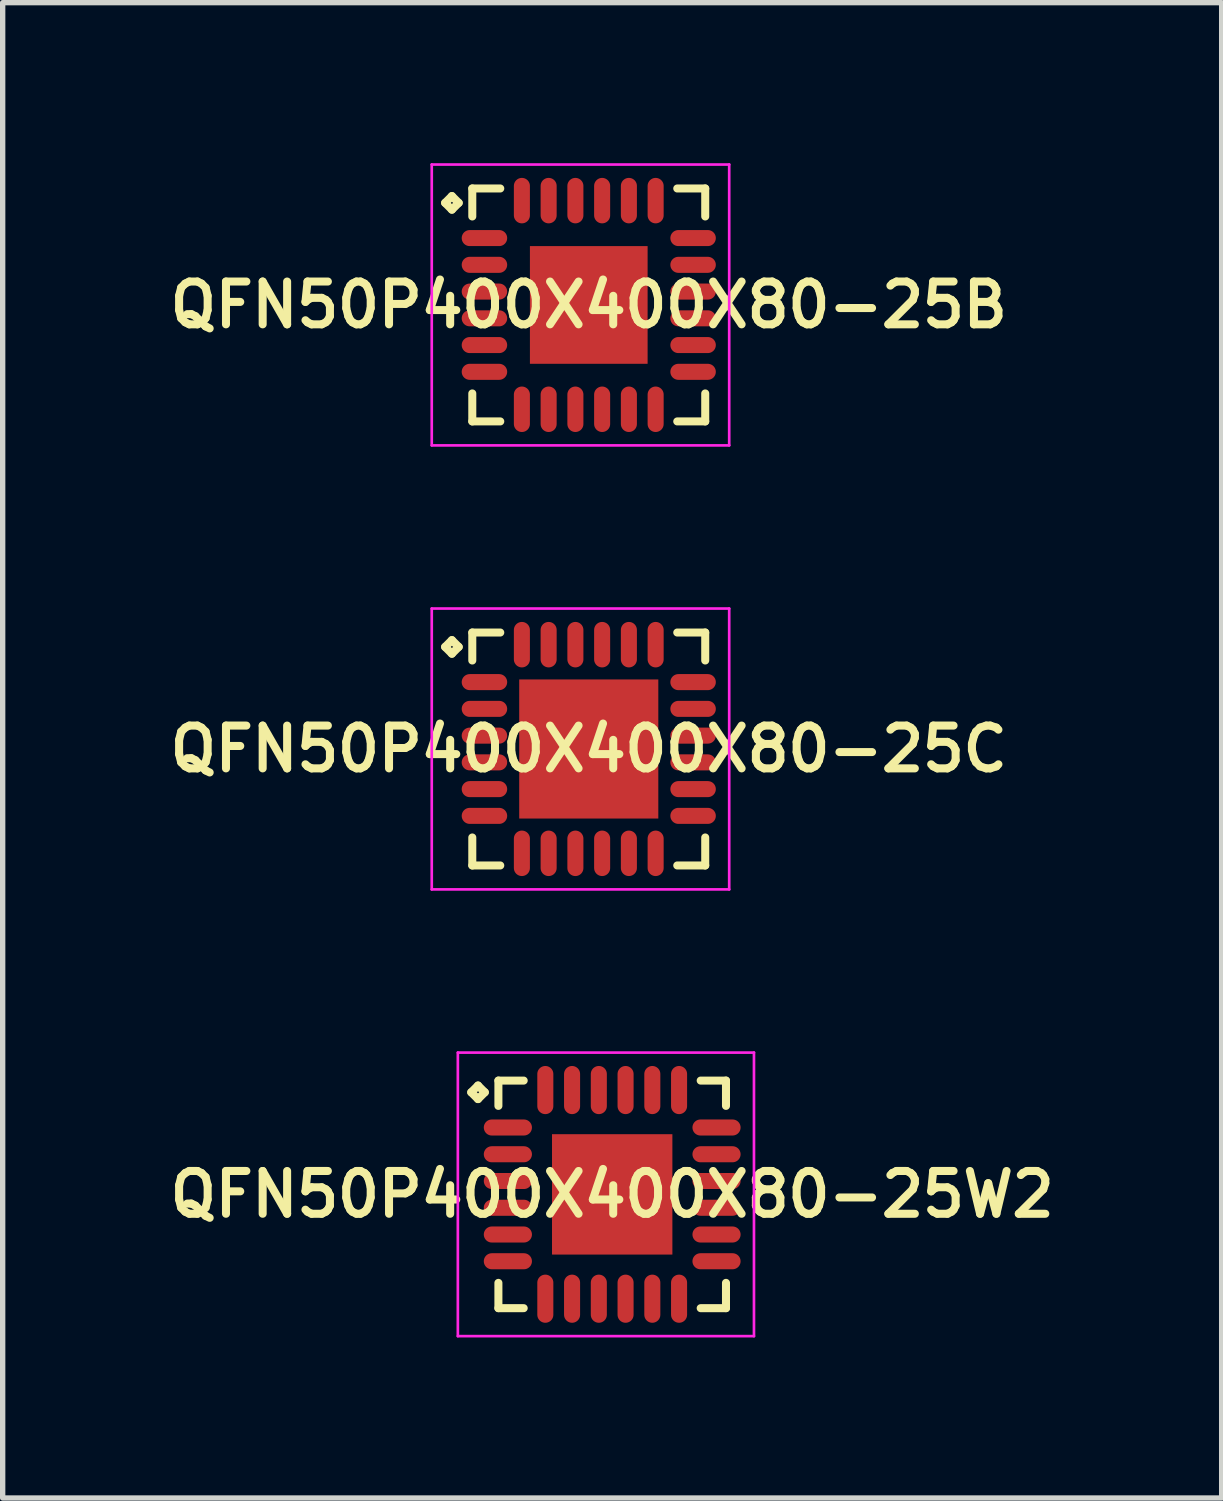
<source format=kicad_pcb>
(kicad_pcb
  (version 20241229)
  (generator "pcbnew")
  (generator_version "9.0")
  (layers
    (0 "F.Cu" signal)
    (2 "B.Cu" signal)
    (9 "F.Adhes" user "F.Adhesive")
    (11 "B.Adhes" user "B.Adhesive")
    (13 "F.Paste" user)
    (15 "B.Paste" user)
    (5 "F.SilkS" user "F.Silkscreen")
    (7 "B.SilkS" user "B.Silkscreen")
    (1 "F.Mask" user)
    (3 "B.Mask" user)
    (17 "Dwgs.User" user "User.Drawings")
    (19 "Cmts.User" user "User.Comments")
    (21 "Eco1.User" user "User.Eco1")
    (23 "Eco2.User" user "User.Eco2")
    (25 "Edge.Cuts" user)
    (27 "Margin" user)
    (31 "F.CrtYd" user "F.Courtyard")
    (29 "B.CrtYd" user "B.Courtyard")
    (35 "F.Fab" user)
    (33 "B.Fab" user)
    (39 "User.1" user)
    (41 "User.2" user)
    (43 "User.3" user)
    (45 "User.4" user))
  (footprint "QFN50P400X400X80-25B"
    (layer "F.Cu")
    (at 7.955 2.65)
    (property "Reference" "QFN50P400X400X80-25B" (at 0 0 0) (layer "F.SilkS") (effects (font (size 0.8 0.8) (thickness 0.15))))
    (attr smd)
    (fp_line (start -2.685 -1.908) (end -2.558 -2.035) (stroke (width 0.15) (type solid)) (layer "F.SilkS"))
    (fp_line (start -2.558 -2.035) (end -2.431 -1.908) (stroke (width 0.15) (type solid)) (layer "F.SilkS"))
    (fp_line (start -2.558 -1.781) (end -2.685 -1.908) (stroke (width 0.15) (type solid)) (layer "F.SilkS"))
    (fp_line (start -2.431 -1.908) (end -2.558 -1.781) (stroke (width 0.15) (type solid)) (layer "F.SilkS"))
    (fp_line (start -2.177 -2.177) (end -1.654 -2.177) (stroke (width 0.15) (type solid)) (layer "F.SilkS"))
    (fp_line (start -2.177 -1.654) (end -2.177 -2.177) (stroke (width 0.15) (type solid)) (layer "F.SilkS"))
    (fp_line (start -2.177 1.654) (end -2.177 2.177) (stroke (width 0.15) (type solid)) (layer "F.SilkS"))
    (fp_line (start -2.177 2.177) (end -1.654 2.177) (stroke (width 0.15) (type solid)) (layer "F.SilkS"))
    (fp_line (start 1.654 -2.177) (end 2.177 -2.177) (stroke (width 0.15) (type solid)) (layer "F.SilkS"))
    (fp_line (start 1.654 2.177) (end 2.177 2.177) (stroke (width 0.15) (type solid)) (layer "F.SilkS"))
    (fp_line (start 2.177 -2.177) (end 2.177 -1.654) (stroke (width 0.15) (type solid)) (layer "F.SilkS"))
    (fp_line (start 2.177 2.177) (end 2.177 1.654) (stroke (width 0.15) (type solid)) (layer "F.SilkS"))
    (fp_line (start -2.935 -2.625) (end 2.625 -2.625) (stroke (width 0.05) (type solid)) (layer "F.CrtYd"))
    (fp_line (start -2.935 2.625) (end -2.935 -2.625) (stroke (width 0.05) (type solid)) (layer "F.CrtYd"))
    (fp_line (start 2.625 -2.625) (end 2.625 2.625) (stroke (width 0.05) (type solid)) (layer "F.CrtYd"))
    (fp_line (start 2.625 2.625) (end -2.935 2.625) (stroke (width 0.05) (type solid)) (layer "F.CrtYd"))
    (pad "1" smd oval (at -1.95 -1.25) (size 0.85 0.3) (layers "F.Cu" "F.Mask" "F.Paste"))
    (pad "2" smd oval (at -1.95 -0.75) (size 0.85 0.3) (layers "F.Cu" "F.Mask" "F.Paste"))
    (pad "3" smd oval (at -1.95 -0.25) (size 0.85 0.3) (layers "F.Cu" "F.Mask" "F.Paste"))
    (pad "4" smd oval (at -1.95 0.25) (size 0.85 0.3) (layers "F.Cu" "F.Mask" "F.Paste"))
    (pad "5" smd oval (at -1.95 0.75) (size 0.85 0.3) (layers "F.Cu" "F.Mask" "F.Paste"))
    (pad "6" smd oval (at -1.95 1.25) (size 0.85 0.3) (layers "F.Cu" "F.Mask" "F.Paste"))
    (pad "7" smd oval (at -1.25 1.95) (size 0.3 0.85) (layers "F.Cu" "F.Mask" "F.Paste"))
    (pad "8" smd oval (at -0.75 1.95) (size 0.3 0.85) (layers "F.Cu" "F.Mask" "F.Paste"))
    (pad "9" smd oval (at -0.25 1.95) (size 0.3 0.85) (layers "F.Cu" "F.Mask" "F.Paste"))
    (pad "10" smd oval (at 0.25 1.95) (size 0.3 0.85) (layers "F.Cu" "F.Mask" "F.Paste"))
    (pad "11" smd oval (at 0.75 1.95) (size 0.3 0.85) (layers "F.Cu" "F.Mask" "F.Paste"))
    (pad "12" smd oval (at 1.25 1.95) (size 0.3 0.85) (layers "F.Cu" "F.Mask" "F.Paste"))
    (pad "13" smd oval (at 1.95 1.25) (size 0.85 0.3) (layers "F.Cu" "F.Mask" "F.Paste"))
    (pad "14" smd oval (at 1.95 0.75) (size 0.85 0.3) (layers "F.Cu" "F.Mask" "F.Paste"))
    (pad "15" smd oval (at 1.95 0.25) (size 0.85 0.3) (layers "F.Cu" "F.Mask" "F.Paste"))
    (pad "16" smd oval (at 1.95 -0.25) (size 0.85 0.3) (layers "F.Cu" "F.Mask" "F.Paste"))
    (pad "17" smd oval (at 1.95 -0.75) (size 0.85 0.3) (layers "F.Cu" "F.Mask" "F.Paste"))
    (pad "18" smd oval (at 1.95 -1.25) (size 0.85 0.3) (layers "F.Cu" "F.Mask" "F.Paste"))
    (pad "19" smd oval (at 1.25 -1.95) (size 0.3 0.85) (layers "F.Cu" "F.Mask" "F.Paste"))
    (pad "20" smd oval (at 0.75 -1.95) (size 0.3 0.85) (layers "F.Cu" "F.Mask" "F.Paste"))
    (pad "21" smd oval (at 0.25 -1.95) (size 0.3 0.85) (layers "F.Cu" "F.Mask" "F.Paste"))
    (pad "22" smd oval (at -0.25 -1.95) (size 0.3 0.85) (layers "F.Cu" "F.Mask" "F.Paste"))
    (pad "23" smd oval (at -0.75 -1.95) (size 0.3 0.85) (layers "F.Cu" "F.Mask" "F.Paste"))
    (pad "24" smd oval (at -1.25 -1.95) (size 0.3 0.85) (layers "F.Cu" "F.Mask" "F.Paste"))
    (pad "25" smd rect (at 0 0) (size 2.2 2.2) (layers "F.Cu" "F.Mask" "F.Paste")))
  (footprint "QFN50P400X400X80-25C"
    (layer "F.Cu")
    (at 7.955 10.95)
    (property "Reference" "QFN50P400X400X80-25C" (at 0 0 0) (layer "F.SilkS") (effects (font (size 0.8 0.8) (thickness 0.15))))
    (attr smd)
    (fp_line (start -2.685 -1.908) (end -2.558 -2.035) (stroke (width 0.15) (type solid)) (layer "F.SilkS"))
    (fp_line (start -2.558 -2.035) (end -2.431 -1.908) (stroke (width 0.15) (type solid)) (layer "F.SilkS"))
    (fp_line (start -2.558 -1.781) (end -2.685 -1.908) (stroke (width 0.15) (type solid)) (layer "F.SilkS"))
    (fp_line (start -2.431 -1.908) (end -2.558 -1.781) (stroke (width 0.15) (type solid)) (layer "F.SilkS"))
    (fp_line (start -2.177 -2.177) (end -1.654 -2.177) (stroke (width 0.15) (type solid)) (layer "F.SilkS"))
    (fp_line (start -2.177 -1.654) (end -2.177 -2.177) (stroke (width 0.15) (type solid)) (layer "F.SilkS"))
    (fp_line (start -2.177 1.654) (end -2.177 2.177) (stroke (width 0.15) (type solid)) (layer "F.SilkS"))
    (fp_line (start -2.177 2.177) (end -1.654 2.177) (stroke (width 0.15) (type solid)) (layer "F.SilkS"))
    (fp_line (start 1.654 -2.177) (end 2.177 -2.177) (stroke (width 0.15) (type solid)) (layer "F.SilkS"))
    (fp_line (start 1.654 2.177) (end 2.177 2.177) (stroke (width 0.15) (type solid)) (layer "F.SilkS"))
    (fp_line (start 2.177 -2.177) (end 2.177 -1.654) (stroke (width 0.15) (type solid)) (layer "F.SilkS"))
    (fp_line (start 2.177 2.177) (end 2.177 1.654) (stroke (width 0.15) (type solid)) (layer "F.SilkS"))
    (fp_line (start -2.935 -2.625) (end 2.625 -2.625) (stroke (width 0.05) (type solid)) (layer "F.CrtYd"))
    (fp_line (start -2.935 2.625) (end -2.935 -2.625) (stroke (width 0.05) (type solid)) (layer "F.CrtYd"))
    (fp_line (start 2.625 -2.625) (end 2.625 2.625) (stroke (width 0.05) (type solid)) (layer "F.CrtYd"))
    (fp_line (start 2.625 2.625) (end -2.935 2.625) (stroke (width 0.05) (type solid)) (layer "F.CrtYd"))
    (pad "1" smd oval (at -1.95 -1.25) (size 0.85 0.3) (layers "F.Cu" "F.Mask" "F.Paste"))
    (pad "2" smd oval (at -1.95 -0.75) (size 0.85 0.3) (layers "F.Cu" "F.Mask" "F.Paste"))
    (pad "3" smd oval (at -1.95 -0.25) (size 0.85 0.3) (layers "F.Cu" "F.Mask" "F.Paste"))
    (pad "4" smd oval (at -1.95 0.25) (size 0.85 0.3) (layers "F.Cu" "F.Mask" "F.Paste"))
    (pad "5" smd oval (at -1.95 0.75) (size 0.85 0.3) (layers "F.Cu" "F.Mask" "F.Paste"))
    (pad "6" smd oval (at -1.95 1.25) (size 0.85 0.3) (layers "F.Cu" "F.Mask" "F.Paste"))
    (pad "7" smd oval (at -1.25 1.95) (size 0.3 0.85) (layers "F.Cu" "F.Mask" "F.Paste"))
    (pad "8" smd oval (at -0.75 1.95) (size 0.3 0.85) (layers "F.Cu" "F.Mask" "F.Paste"))
    (pad "9" smd oval (at -0.25 1.95) (size 0.3 0.85) (layers "F.Cu" "F.Mask" "F.Paste"))
    (pad "10" smd oval (at 0.25 1.95) (size 0.3 0.85) (layers "F.Cu" "F.Mask" "F.Paste"))
    (pad "11" smd oval (at 0.75 1.95) (size 0.3 0.85) (layers "F.Cu" "F.Mask" "F.Paste"))
    (pad "12" smd oval (at 1.25 1.95) (size 0.3 0.85) (layers "F.Cu" "F.Mask" "F.Paste"))
    (pad "13" smd oval (at 1.95 1.25) (size 0.85 0.3) (layers "F.Cu" "F.Mask" "F.Paste"))
    (pad "14" smd oval (at 1.95 0.75) (size 0.85 0.3) (layers "F.Cu" "F.Mask" "F.Paste"))
    (pad "15" smd oval (at 1.95 0.25) (size 0.85 0.3) (layers "F.Cu" "F.Mask" "F.Paste"))
    (pad "16" smd oval (at 1.95 -0.25) (size 0.85 0.3) (layers "F.Cu" "F.Mask" "F.Paste"))
    (pad "17" smd oval (at 1.95 -0.75) (size 0.85 0.3) (layers "F.Cu" "F.Mask" "F.Paste"))
    (pad "18" smd oval (at 1.95 -1.25) (size 0.85 0.3) (layers "F.Cu" "F.Mask" "F.Paste"))
    (pad "19" smd oval (at 1.25 -1.95) (size 0.3 0.85) (layers "F.Cu" "F.Mask" "F.Paste"))
    (pad "20" smd oval (at 0.75 -1.95) (size 0.3 0.85) (layers "F.Cu" "F.Mask" "F.Paste"))
    (pad "21" smd oval (at 0.25 -1.95) (size 0.3 0.85) (layers "F.Cu" "F.Mask" "F.Paste"))
    (pad "22" smd oval (at -0.25 -1.95) (size 0.3 0.85) (layers "F.Cu" "F.Mask" "F.Paste"))
    (pad "23" smd oval (at -0.75 -1.95) (size 0.3 0.85) (layers "F.Cu" "F.Mask" "F.Paste"))
    (pad "24" smd oval (at -1.25 -1.95) (size 0.3 0.85) (layers "F.Cu" "F.Mask" "F.Paste"))
    (pad "25" smd rect (at 0 0) (size 2.6 2.6) (layers "F.Cu" "F.Mask" "F.Paste")))
  (footprint "QFN50P400X400X80-25W2"
    (layer "F.Cu")
    (at 8.393 19.275)
    (property "Reference" "QFN50P400X400X80-25W2" (at 0 0 0) (layer "F.SilkS") (effects (font (size 0.8 0.8) (thickness 0.15))))
    (attr smd)
    (fp_line (start -2.635 -1.908) (end -2.508 -2.035) (stroke (width 0.15) (type solid)) (layer "F.SilkS"))
    (fp_line (start -2.508 -2.035) (end -2.381 -1.908) (stroke (width 0.15) (type solid)) (layer "F.SilkS"))
    (fp_line (start -2.508 -1.781) (end -2.635 -1.908) (stroke (width 0.15) (type solid)) (layer "F.SilkS"))
    (fp_line (start -2.381 -1.908) (end -2.508 -1.781) (stroke (width 0.15) (type solid)) (layer "F.SilkS"))
    (fp_line (start -2.127 -2.127) (end -1.654 -2.127) (stroke (width 0.15) (type solid)) (layer "F.SilkS"))
    (fp_line (start -2.127 -1.654) (end -2.127 -2.127) (stroke (width 0.15) (type solid)) (layer "F.SilkS"))
    (fp_line (start -2.127 1.654) (end -2.127 2.127) (stroke (width 0.15) (type solid)) (layer "F.SilkS"))
    (fp_line (start -2.127 2.127) (end -1.654 2.127) (stroke (width 0.15) (type solid)) (layer "F.SilkS"))
    (fp_line (start 1.654 -2.127) (end 2.127 -2.127) (stroke (width 0.15) (type solid)) (layer "F.SilkS"))
    (fp_line (start 1.654 2.127) (end 2.127 2.127) (stroke (width 0.15) (type solid)) (layer "F.SilkS"))
    (fp_line (start 2.127 -2.127) (end 2.127 -1.654) (stroke (width 0.15) (type solid)) (layer "F.SilkS"))
    (fp_line (start 2.127 2.127) (end 2.127 1.654) (stroke (width 0.15) (type solid)) (layer "F.SilkS"))
    (fp_line (start -2.885 -2.65) (end 2.65 -2.65) (stroke (width 0.05) (type solid)) (layer "F.CrtYd"))
    (fp_line (start -2.885 2.65) (end -2.885 -2.65) (stroke (width 0.05) (type solid)) (layer "F.CrtYd"))
    (fp_line (start 2.65 -2.65) (end 2.65 2.65) (stroke (width 0.05) (type solid)) (layer "F.CrtYd"))
    (fp_line (start 2.65 2.65) (end -2.885 2.65) (stroke (width 0.05) (type solid)) (layer "F.CrtYd"))
    (pad "1" smd oval (at -1.95 -1.25) (size 0.9 0.3) (layers "F.Cu" "F.Mask" "F.Paste"))
    (pad "2" smd oval (at -1.95 -0.75) (size 0.9 0.3) (layers "F.Cu" "F.Mask" "F.Paste"))
    (pad "3" smd oval (at -1.95 -0.25) (size 0.9 0.3) (layers "F.Cu" "F.Mask" "F.Paste"))
    (pad "4" smd oval (at -1.95 0.25) (size 0.9 0.3) (layers "F.Cu" "F.Mask" "F.Paste"))
    (pad "5" smd oval (at -1.95 0.75) (size 0.9 0.3) (layers "F.Cu" "F.Mask" "F.Paste"))
    (pad "6" smd oval (at -1.95 1.25) (size 0.9 0.3) (layers "F.Cu" "F.Mask" "F.Paste"))
    (pad "7" smd oval (at -1.25 1.95) (size 0.3 0.9) (layers "F.Cu" "F.Mask" "F.Paste"))
    (pad "8" smd oval (at -0.75 1.95) (size 0.3 0.9) (layers "F.Cu" "F.Mask" "F.Paste"))
    (pad "9" smd oval (at -0.25 1.95) (size 0.3 0.9) (layers "F.Cu" "F.Mask" "F.Paste"))
    (pad "10" smd oval (at 0.25 1.95) (size 0.3 0.9) (layers "F.Cu" "F.Mask" "F.Paste"))
    (pad "11" smd oval (at 0.75 1.95) (size 0.3 0.9) (layers "F.Cu" "F.Mask" "F.Paste"))
    (pad "12" smd oval (at 1.25 1.95) (size 0.3 0.9) (layers "F.Cu" "F.Mask" "F.Paste"))
    (pad "13" smd oval (at 1.95 1.25) (size 0.9 0.3) (layers "F.Cu" "F.Mask" "F.Paste"))
    (pad "14" smd oval (at 1.95 0.75) (size 0.9 0.3) (layers "F.Cu" "F.Mask" "F.Paste"))
    (pad "15" smd oval (at 1.95 0.25) (size 0.9 0.3) (layers "F.Cu" "F.Mask" "F.Paste"))
    (pad "16" smd oval (at 1.95 -0.25) (size 0.9 0.3) (layers "F.Cu" "F.Mask" "F.Paste"))
    (pad "17" smd oval (at 1.95 -0.75) (size 0.9 0.3) (layers "F.Cu" "F.Mask" "F.Paste"))
    (pad "18" smd oval (at 1.95 -1.25) (size 0.9 0.3) (layers "F.Cu" "F.Mask" "F.Paste"))
    (pad "19" smd oval (at 1.25 -1.95) (size 0.3 0.9) (layers "F.Cu" "F.Mask" "F.Paste"))
    (pad "20" smd oval (at 0.75 -1.95) (size 0.3 0.9) (layers "F.Cu" "F.Mask" "F.Paste"))
    (pad "21" smd oval (at 0.25 -1.95) (size 0.3 0.9) (layers "F.Cu" "F.Mask" "F.Paste"))
    (pad "22" smd oval (at -0.25 -1.95) (size 0.3 0.9) (layers "F.Cu" "F.Mask" "F.Paste"))
    (pad "23" smd oval (at -0.75 -1.95) (size 0.3 0.9) (layers "F.Cu" "F.Mask" "F.Paste"))
    (pad "24" smd oval (at -1.25 -1.95) (size 0.3 0.9) (layers "F.Cu" "F.Mask" "F.Paste"))
    (pad "25" smd rect (at 0 0) (size 2.25 2.25) (layers "F.Cu" "F.Mask" "F.Paste")))
  (gr_rect
    (start -3 -3)
    (end 19.785 24.95)
    (stroke (width 0.1) (type default))
    (fill no)
    (layer "Edge.Cuts")))
</source>
